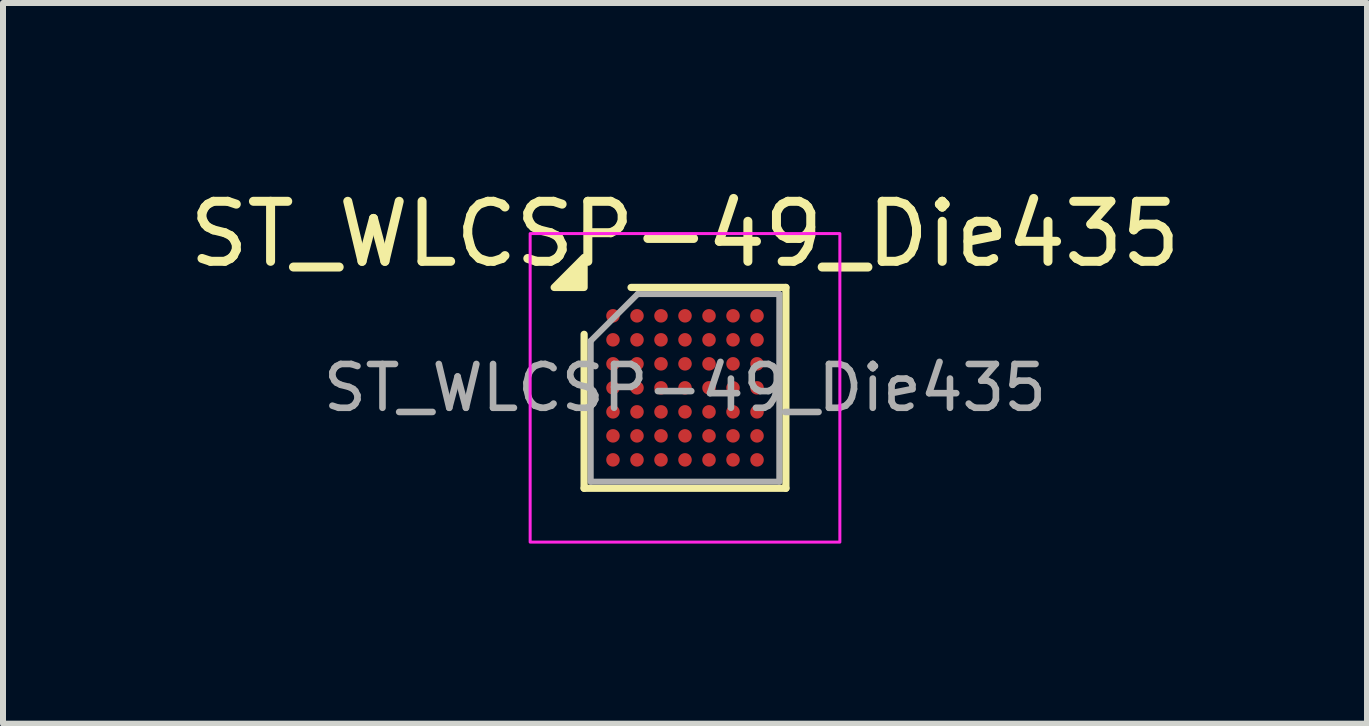
<source format=kicad_pcb>
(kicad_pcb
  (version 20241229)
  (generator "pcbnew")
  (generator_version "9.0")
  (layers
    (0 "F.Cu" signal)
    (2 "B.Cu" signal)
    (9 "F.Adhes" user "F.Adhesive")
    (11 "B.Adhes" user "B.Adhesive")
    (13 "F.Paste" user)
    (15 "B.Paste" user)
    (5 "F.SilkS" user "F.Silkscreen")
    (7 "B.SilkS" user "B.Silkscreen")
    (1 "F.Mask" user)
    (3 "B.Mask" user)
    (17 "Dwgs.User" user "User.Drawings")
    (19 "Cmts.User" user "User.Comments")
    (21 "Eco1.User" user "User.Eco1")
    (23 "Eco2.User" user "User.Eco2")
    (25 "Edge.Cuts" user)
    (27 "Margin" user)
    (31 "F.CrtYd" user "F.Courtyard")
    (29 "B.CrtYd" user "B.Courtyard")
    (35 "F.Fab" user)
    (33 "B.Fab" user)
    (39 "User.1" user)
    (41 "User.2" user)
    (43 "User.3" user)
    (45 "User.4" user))
  (footprint "ST_WLCSP-49_Die435"
    (layer "F.Cu")
    (at 8.363 3.412)
    (property "Reference" "ST_WLCSP-49_Die435" (at 0 -2.563 0) (layer "F.SilkS") (effects (font (size 1 1) (thickness 0.15))))
    (attr smd)
    (fp_line (start -1.681 1.673) (end -1.681 -0.892) (stroke (width 0.12) (type solid)) (layer "F.SilkS"))
    (fp_line (start -0.899 -1.673) (end 1.681 -1.673) (stroke (width 0.12) (type solid)) (layer "F.SilkS"))
    (fp_line (start 1.681 -1.673) (end 1.681 1.673) (stroke (width 0.12) (type solid)) (layer "F.SilkS"))
    (fp_line (start 1.681 1.673) (end -1.681 1.673) (stroke (width 0.12) (type solid)) (layer "F.SilkS"))
    (fp_poly (pts (xy -1.681 -1.673) (xy -2.18 -1.673) (xy -1.681 -2.174)) (stroke (width 0.12) (type solid)) (fill yes) (layer "F.SilkS"))
    (fp_rect (start -2.58 -2.57) (end 2.58 2.57) (stroke (width 0.05) (type solid)) (fill no) (layer "F.CrtYd"))
    (fp_line (start -1.571 -0.782) (end -0.789 -1.563) (stroke (width 0.1) (type solid)) (layer "F.Fab"))
    (fp_line (start -1.571 1.563) (end -1.571 -0.782) (stroke (width 0.1) (type solid)) (layer "F.Fab"))
    (fp_line (start -0.789 -1.563) (end 1.571 -1.563) (stroke (width 0.1) (type solid)) (layer "F.Fab"))
    (fp_line (start 1.571 -1.563) (end 1.571 1.563) (stroke (width 0.1) (type solid)) (layer "F.Fab"))
    (fp_line (start 1.571 1.563) (end -1.571 1.563) (stroke (width 0.1) (type solid)) (layer "F.Fab"))
    (fp_text user "${REFERENCE}" (at 0 0 0) (layer "F.Fab") (effects (font (size 0.73 0.73) (thickness 0.11))))
    (pad "A1" smd circle (at -1.2 -1.2) (size 0.225 0.225) (property pad_prop_bga) (layers "F.Cu" "F.Mask" "F.Paste"))
    (pad "A2" smd circle (at -0.8 -1.2) (size 0.225 0.225) (property pad_prop_bga) (layers "F.Cu" "F.Mask" "F.Paste"))
    (pad "A3" smd circle (at -0.4 -1.2) (size 0.225 0.225) (property pad_prop_bga) (layers "F.Cu" "F.Mask" "F.Paste"))
    (pad "A4" smd circle (at 0 -1.2) (size 0.225 0.225) (property pad_prop_bga) (layers "F.Cu" "F.Mask" "F.Paste"))
    (pad "A5" smd circle (at 0.4 -1.2) (size 0.225 0.225) (property pad_prop_bga) (layers "F.Cu" "F.Mask" "F.Paste"))
    (pad "A6" smd circle (at 0.8 -1.2) (size 0.225 0.225) (property pad_prop_bga) (layers "F.Cu" "F.Mask" "F.Paste"))
    (pad "A7" smd circle (at 1.2 -1.2) (size 0.225 0.225) (property pad_prop_bga) (layers "F.Cu" "F.Mask" "F.Paste"))
    (pad "B1" smd circle (at -1.2 -0.8) (size 0.225 0.225) (property pad_prop_bga) (layers "F.Cu" "F.Mask" "F.Paste"))
    (pad "B2" smd circle (at -0.8 -0.8) (size 0.225 0.225) (property pad_prop_bga) (layers "F.Cu" "F.Mask" "F.Paste"))
    (pad "B3" smd circle (at -0.4 -0.8) (size 0.225 0.225) (property pad_prop_bga) (layers "F.Cu" "F.Mask" "F.Paste"))
    (pad "B4" smd circle (at 0 -0.8) (size 0.225 0.225) (property pad_prop_bga) (layers "F.Cu" "F.Mask" "F.Paste"))
    (pad "B5" smd circle (at 0.4 -0.8) (size 0.225 0.225) (property pad_prop_bga) (layers "F.Cu" "F.Mask" "F.Paste"))
    (pad "B6" smd circle (at 0.8 -0.8) (size 0.225 0.225) (property pad_prop_bga) (layers "F.Cu" "F.Mask" "F.Paste"))
    (pad "B7" smd circle (at 1.2 -0.8) (size 0.225 0.225) (property pad_prop_bga) (layers "F.Cu" "F.Mask" "F.Paste"))
    (pad "C1" smd circle (at -1.2 -0.4) (size 0.225 0.225) (property pad_prop_bga) (layers "F.Cu" "F.Mask" "F.Paste"))
    (pad "C2" smd circle (at -0.8 -0.4) (size 0.225 0.225) (property pad_prop_bga) (layers "F.Cu" "F.Mask" "F.Paste"))
    (pad "C3" smd circle (at -0.4 -0.4) (size 0.225 0.225) (property pad_prop_bga) (layers "F.Cu" "F.Mask" "F.Paste"))
    (pad "C4" smd circle (at 0 -0.4) (size 0.225 0.225) (property pad_prop_bga) (layers "F.Cu" "F.Mask" "F.Paste"))
    (pad "C5" smd circle (at 0.4 -0.4) (size 0.225 0.225) (property pad_prop_bga) (layers "F.Cu" "F.Mask" "F.Paste"))
    (pad "C6" smd circle (at 0.8 -0.4) (size 0.225 0.225) (property pad_prop_bga) (layers "F.Cu" "F.Mask" "F.Paste"))
    (pad "C7" smd circle (at 1.2 -0.4) (size 0.225 0.225) (property pad_prop_bga) (layers "F.Cu" "F.Mask" "F.Paste"))
    (pad "D1" smd circle (at -1.2 0) (size 0.225 0.225) (property pad_prop_bga) (layers "F.Cu" "F.Mask" "F.Paste"))
    (pad "D2" smd circle (at -0.8 0) (size 0.225 0.225) (property pad_prop_bga) (layers "F.Cu" "F.Mask" "F.Paste"))
    (pad "D3" smd circle (at -0.4 0) (size 0.225 0.225) (property pad_prop_bga) (layers "F.Cu" "F.Mask" "F.Paste"))
    (pad "D4" smd circle (at 0 0) (size 0.225 0.225) (property pad_prop_bga) (layers "F.Cu" "F.Mask" "F.Paste"))
    (pad "D5" smd circle (at 0.4 0) (size 0.225 0.225) (property pad_prop_bga) (layers "F.Cu" "F.Mask" "F.Paste"))
    (pad "D6" smd circle (at 0.8 0) (size 0.225 0.225) (property pad_prop_bga) (layers "F.Cu" "F.Mask" "F.Paste"))
    (pad "D7" smd circle (at 1.2 0) (size 0.225 0.225) (property pad_prop_bga) (layers "F.Cu" "F.Mask" "F.Paste"))
    (pad "E1" smd circle (at -1.2 0.4) (size 0.225 0.225) (property pad_prop_bga) (layers "F.Cu" "F.Mask" "F.Paste"))
    (pad "E2" smd circle (at -0.8 0.4) (size 0.225 0.225) (property pad_prop_bga) (layers "F.Cu" "F.Mask" "F.Paste"))
    (pad "E3" smd circle (at -0.4 0.4) (size 0.225 0.225) (property pad_prop_bga) (layers "F.Cu" "F.Mask" "F.Paste"))
    (pad "E4" smd circle (at 0 0.4) (size 0.225 0.225) (property pad_prop_bga) (layers "F.Cu" "F.Mask" "F.Paste"))
    (pad "E5" smd circle (at 0.4 0.4) (size 0.225 0.225) (property pad_prop_bga) (layers "F.Cu" "F.Mask" "F.Paste"))
    (pad "E6" smd circle (at 0.8 0.4) (size 0.225 0.225) (property pad_prop_bga) (layers "F.Cu" "F.Mask" "F.Paste"))
    (pad "E7" smd circle (at 1.2 0.4) (size 0.225 0.225) (property pad_prop_bga) (layers "F.Cu" "F.Mask" "F.Paste"))
    (pad "F1" smd circle (at -1.2 0.8) (size 0.225 0.225) (property pad_prop_bga) (layers "F.Cu" "F.Mask" "F.Paste"))
    (pad "F2" smd circle (at -0.8 0.8) (size 0.225 0.225) (property pad_prop_bga) (layers "F.Cu" "F.Mask" "F.Paste"))
    (pad "F3" smd circle (at -0.4 0.8) (size 0.225 0.225) (property pad_prop_bga) (layers "F.Cu" "F.Mask" "F.Paste"))
    (pad "F4" smd circle (at 0 0.8) (size 0.225 0.225) (property pad_prop_bga) (layers "F.Cu" "F.Mask" "F.Paste"))
    (pad "F5" smd circle (at 0.4 0.8) (size 0.225 0.225) (property pad_prop_bga) (layers "F.Cu" "F.Mask" "F.Paste"))
    (pad "F6" smd circle (at 0.8 0.8) (size 0.225 0.225) (property pad_prop_bga) (layers "F.Cu" "F.Mask" "F.Paste"))
    (pad "F7" smd circle (at 1.2 0.8) (size 0.225 0.225) (property pad_prop_bga) (layers "F.Cu" "F.Mask" "F.Paste"))
    (pad "G1" smd circle (at -1.2 1.2) (size 0.225 0.225) (property pad_prop_bga) (layers "F.Cu" "F.Mask" "F.Paste"))
    (pad "G2" smd circle (at -0.8 1.2) (size 0.225 0.225) (property pad_prop_bga) (layers "F.Cu" "F.Mask" "F.Paste"))
    (pad "G3" smd circle (at -0.4 1.2) (size 0.225 0.225) (property pad_prop_bga) (layers "F.Cu" "F.Mask" "F.Paste"))
    (pad "G4" smd circle (at 0 1.2) (size 0.225 0.225) (property pad_prop_bga) (layers "F.Cu" "F.Mask" "F.Paste"))
    (pad "G5" smd circle (at 0.4 1.2) (size 0.225 0.225) (property pad_prop_bga) (layers "F.Cu" "F.Mask" "F.Paste"))
    (pad "G6" smd circle (at 0.8 1.2) (size 0.225 0.225) (property pad_prop_bga) (layers "F.Cu" "F.Mask" "F.Paste"))
    (pad "G7" smd circle (at 1.2 1.2) (size 0.225 0.225) (property pad_prop_bga) (layers "F.Cu" "F.Mask" "F.Paste")))
  (gr_rect
    (start -3 -3)
    (end 19.726 9.007)
    (stroke (width 0.1) (type default))
    (fill no)
    (layer "Edge.Cuts")))
</source>
